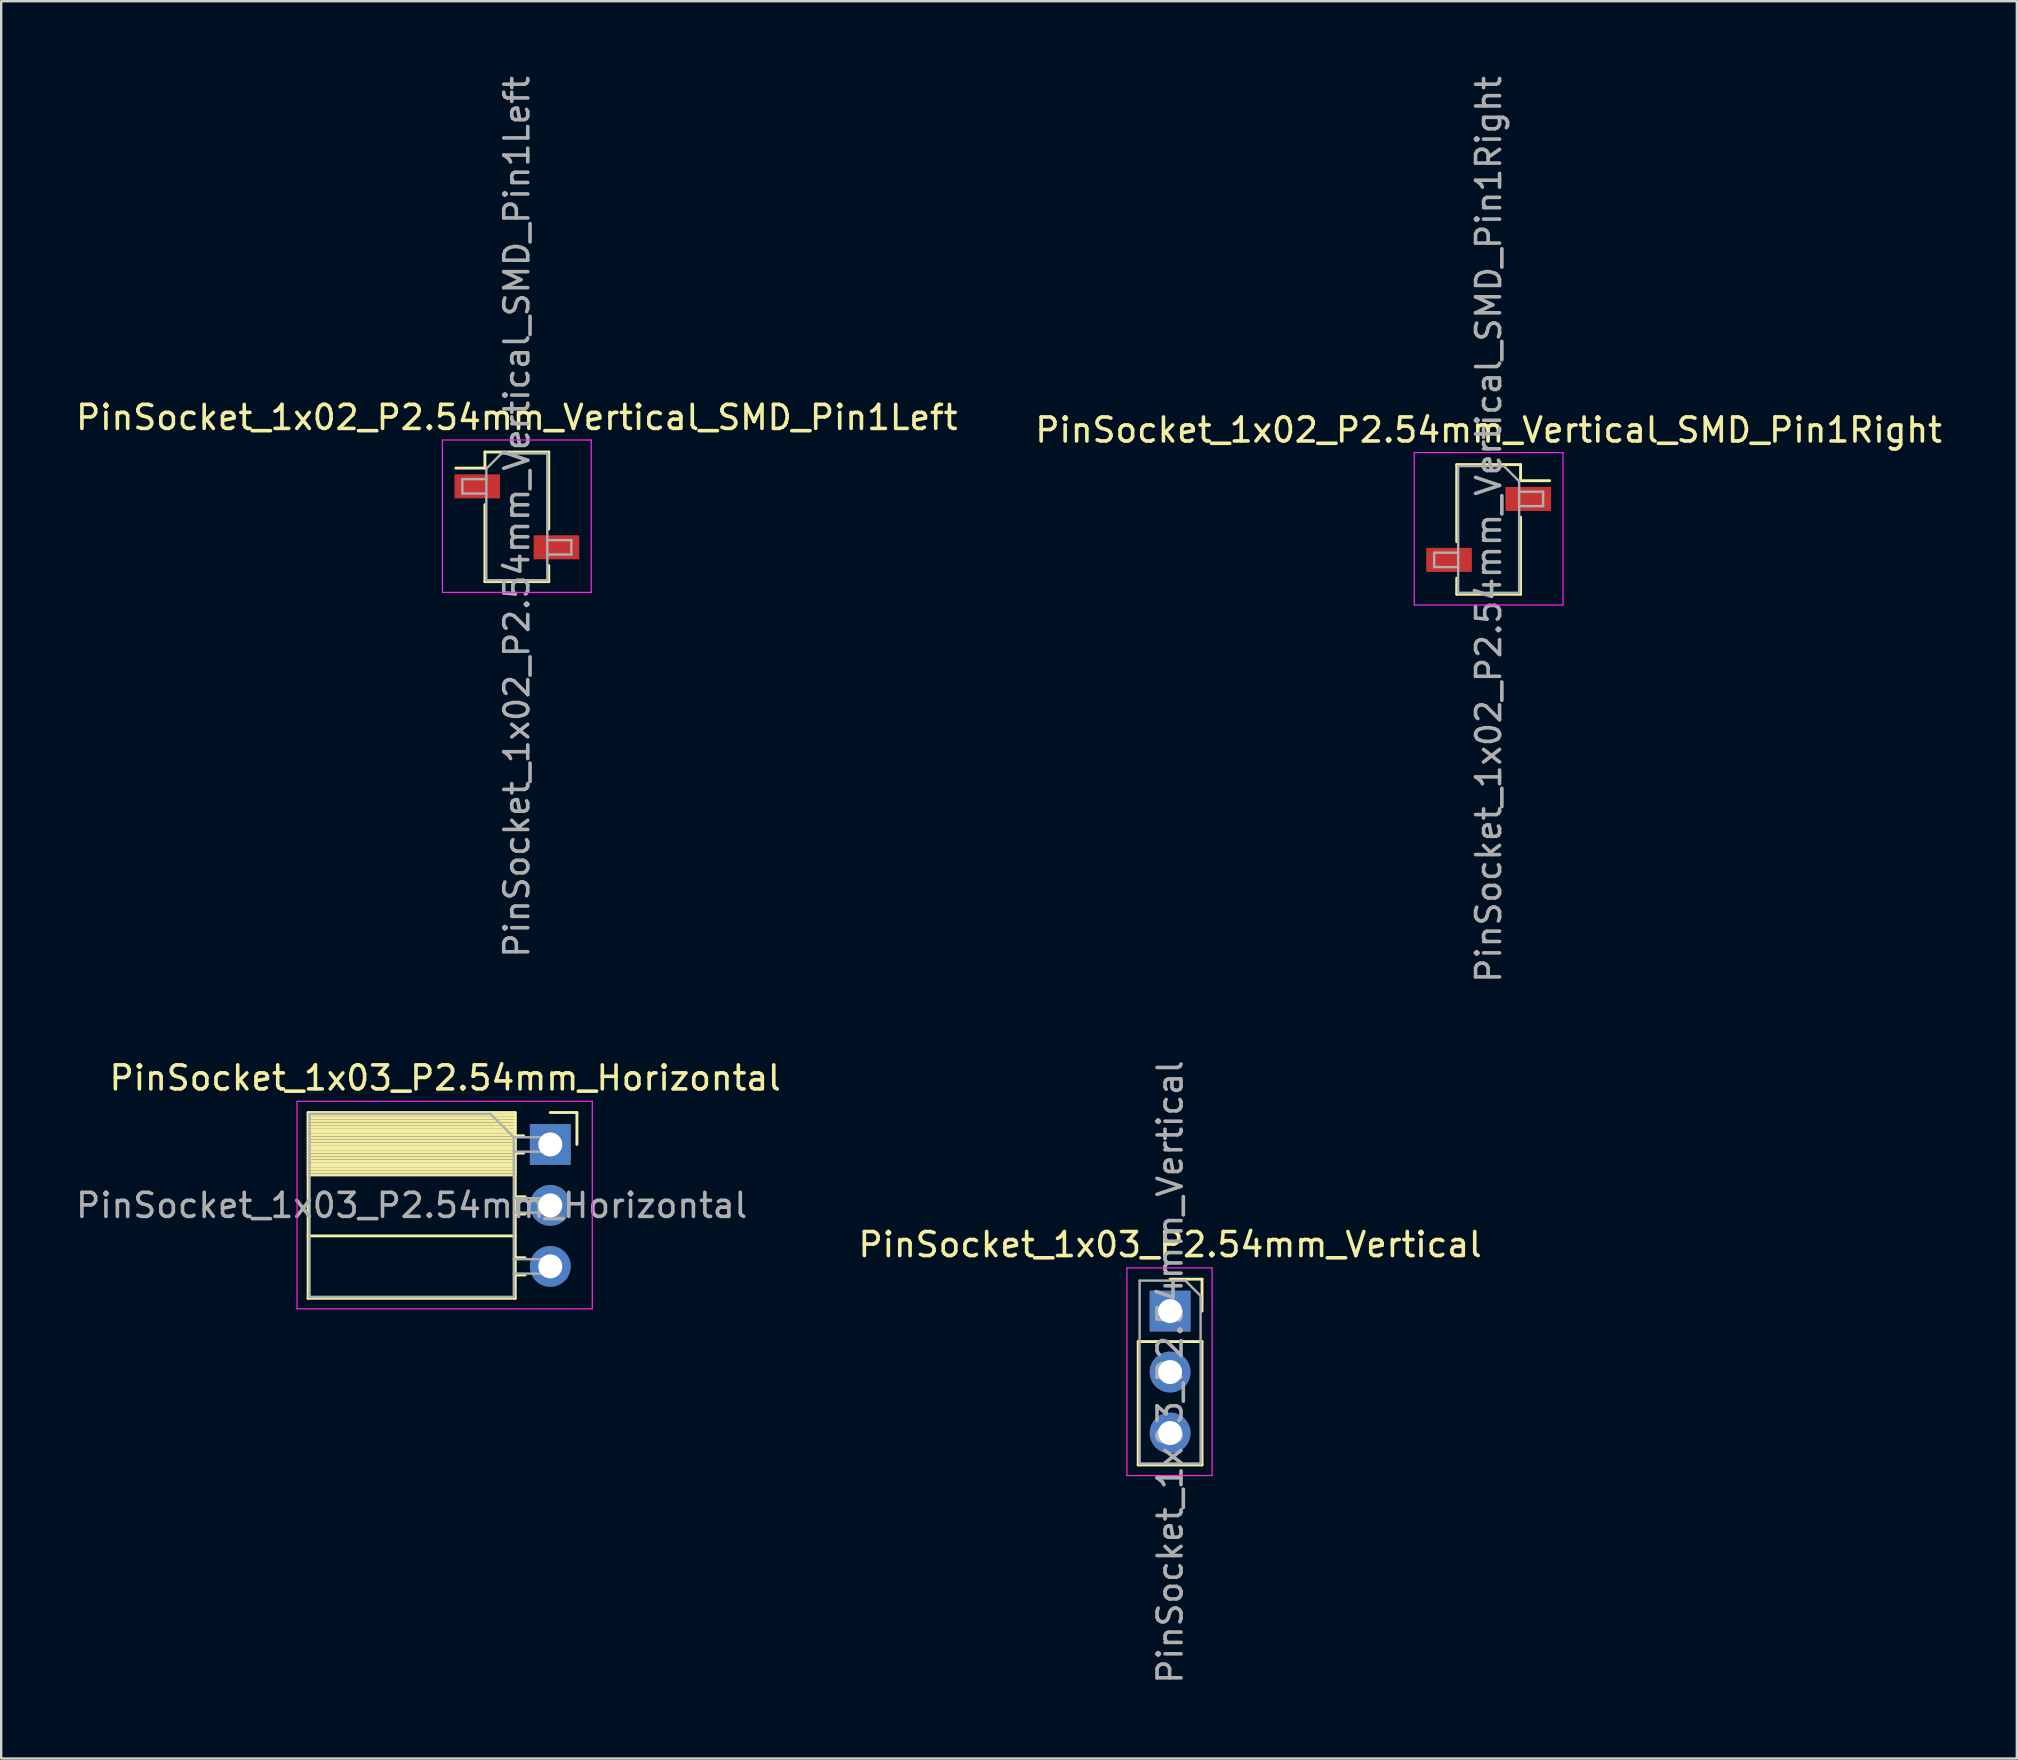
<source format=kicad_pcb>
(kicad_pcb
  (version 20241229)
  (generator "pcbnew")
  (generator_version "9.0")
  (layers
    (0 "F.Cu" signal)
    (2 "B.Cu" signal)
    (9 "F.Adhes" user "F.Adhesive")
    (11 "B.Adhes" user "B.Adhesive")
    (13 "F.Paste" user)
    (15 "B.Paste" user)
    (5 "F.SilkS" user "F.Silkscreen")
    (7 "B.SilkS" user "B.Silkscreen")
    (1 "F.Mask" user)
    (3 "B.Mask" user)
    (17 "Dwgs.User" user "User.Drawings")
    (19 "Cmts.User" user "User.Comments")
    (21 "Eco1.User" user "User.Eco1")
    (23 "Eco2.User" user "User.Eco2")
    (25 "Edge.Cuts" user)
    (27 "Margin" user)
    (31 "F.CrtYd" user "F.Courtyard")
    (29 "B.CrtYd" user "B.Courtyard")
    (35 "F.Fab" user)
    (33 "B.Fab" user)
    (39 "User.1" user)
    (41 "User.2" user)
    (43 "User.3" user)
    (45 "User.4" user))
  (footprint "PinSocket_1x02_P2.54mm_Vertical_SMD_Pin1Left"
    (layer "F.Cu")
    (at 18.482 18.482)
    (property "Reference" "PinSocket_1x02_P2.54mm_Vertical_SMD_Pin1Left" (at 0 -4.14 0) (layer "F.SilkS") (effects (font (size 1 1) (thickness 0.15))))
    (attr smd)
    (fp_line (start -2.54 -2.03) (end -1.33 -2.03) (stroke (width 0.12) (type solid)) (layer "F.SilkS"))
    (fp_line (start -1.33 -2.7) (end -1.33 -2.03) (stroke (width 0.12) (type solid)) (layer "F.SilkS"))
    (fp_line (start -1.33 -2.7) (end 1.33 -2.7) (stroke (width 0.12) (type solid)) (layer "F.SilkS"))
    (fp_line (start -1.33 -0.51) (end -1.33 2.7) (stroke (width 0.12) (type solid)) (layer "F.SilkS"))
    (fp_line (start -1.33 2.7) (end 1.33 2.7) (stroke (width 0.12) (type solid)) (layer "F.SilkS"))
    (fp_line (start 1.33 -2.7) (end 1.33 0.51) (stroke (width 0.12) (type solid)) (layer "F.SilkS"))
    (fp_line (start 1.33 2.03) (end 1.33 2.7) (stroke (width 0.12) (type solid)) (layer "F.SilkS"))
    (fp_line (start -3.1 -3.2) (end 3.1 -3.2) (stroke (width 0.05) (type solid)) (layer "F.CrtYd"))
    (fp_line (start -3.1 3.15) (end -3.1 -3.2) (stroke (width 0.05) (type solid)) (layer "F.CrtYd"))
    (fp_line (start 3.1 -3.2) (end 3.1 3.15) (stroke (width 0.05) (type solid)) (layer "F.CrtYd"))
    (fp_line (start 3.1 3.15) (end -3.1 3.15) (stroke (width 0.05) (type solid)) (layer "F.CrtYd"))
    (fp_line (start -2.27 -1.57) (end -1.27 -1.57) (stroke (width 0.1) (type solid)) (layer "F.Fab"))
    (fp_line (start -2.27 -0.97) (end -2.27 -1.57) (stroke (width 0.1) (type solid)) (layer "F.Fab"))
    (fp_line (start -1.27 -2.005) (end -0.635 -2.64) (stroke (width 0.1) (type solid)) (layer "F.Fab"))
    (fp_line (start -1.27 -0.97) (end -2.27 -0.97) (stroke (width 0.1) (type solid)) (layer "F.Fab"))
    (fp_line (start -1.27 2.64) (end -1.27 -2.005) (stroke (width 0.1) (type solid)) (layer "F.Fab"))
    (fp_line (start -0.635 -2.64) (end 1.27 -2.64) (stroke (width 0.1) (type solid)) (layer "F.Fab"))
    (fp_line (start 1.27 -2.64) (end 1.27 2.64) (stroke (width 0.1) (type solid)) (layer "F.Fab"))
    (fp_line (start 1.27 0.97) (end 2.27 0.97) (stroke (width 0.1) (type solid)) (layer "F.Fab"))
    (fp_line (start 1.27 2.64) (end -1.27 2.64) (stroke (width 0.1) (type solid)) (layer "F.Fab"))
    (fp_line (start 2.27 0.97) (end 2.27 1.57) (stroke (width 0.1) (type solid)) (layer "F.Fab"))
    (fp_line (start 2.27 1.57) (end 1.27 1.57) (stroke (width 0.1) (type solid)) (layer "F.Fab"))
    (fp_text user "${REFERENCE}" (at 0 0 90) (layer "F.Fab") (effects (font (size 1 1) (thickness 0.15))))
    (pad "1" smd rect (at -1.65 -1.27) (size 1.9 1) (layers "F.Cu" "F.Mask" "F.Paste"))
    (pad "2" smd rect (at 1.65 1.27) (size 1.9 1) (layers "F.Cu" "F.Mask" "F.Paste")))
  (footprint "PinSocket_1x03_P2.54mm_Vertical"
    (layer "F.Cu")
    (at 45.699 51.573)
    (property "Reference" "PinSocket_1x03_P2.54mm_Vertical" (at 0 -2.77 0) (layer "F.SilkS") (effects (font (size 1 1) (thickness 0.15))))
    (attr through_hole)
    (fp_line (start -1.33 1.27) (end -1.33 6.41) (stroke (width 0.12) (type solid)) (layer "F.SilkS"))
    (fp_line (start -1.33 1.27) (end 1.33 1.27) (stroke (width 0.12) (type solid)) (layer "F.SilkS"))
    (fp_line (start -1.33 6.41) (end 1.33 6.41) (stroke (width 0.12) (type solid)) (layer "F.SilkS"))
    (fp_line (start 0 -1.33) (end 1.33 -1.33) (stroke (width 0.12) (type solid)) (layer "F.SilkS"))
    (fp_line (start 1.33 -1.33) (end 1.33 0) (stroke (width 0.12) (type solid)) (layer "F.SilkS"))
    (fp_line (start 1.33 1.27) (end 1.33 6.41) (stroke (width 0.12) (type solid)) (layer "F.SilkS"))
    (fp_line (start -1.8 -1.8) (end 1.75 -1.8) (stroke (width 0.05) (type solid)) (layer "F.CrtYd"))
    (fp_line (start -1.8 6.85) (end -1.8 -1.8) (stroke (width 0.05) (type solid)) (layer "F.CrtYd"))
    (fp_line (start 1.75 -1.8) (end 1.75 6.85) (stroke (width 0.05) (type solid)) (layer "F.CrtYd"))
    (fp_line (start 1.75 6.85) (end -1.8 6.85) (stroke (width 0.05) (type solid)) (layer "F.CrtYd"))
    (fp_line (start -1.27 -1.27) (end 0.635 -1.27) (stroke (width 0.1) (type solid)) (layer "F.Fab"))
    (fp_line (start -1.27 6.35) (end -1.27 -1.27) (stroke (width 0.1) (type solid)) (layer "F.Fab"))
    (fp_line (start 0.635 -1.27) (end 1.27 -0.635) (stroke (width 0.1) (type solid)) (layer "F.Fab"))
    (fp_line (start 1.27 -0.635) (end 1.27 6.35) (stroke (width 0.1) (type solid)) (layer "F.Fab"))
    (fp_line (start 1.27 6.35) (end -1.27 6.35) (stroke (width 0.1) (type solid)) (layer "F.Fab"))
    (fp_text user "${REFERENCE}" (at 0 2.54 90) (layer "F.Fab") (effects (font (size 1 1) (thickness 0.15))))
    (pad "1" thru_hole rect (at 0 0) (size 1.7 1.7) (drill 1) (layers "*.Cu" "*.Mask"))
    (pad "2" thru_hole oval (at 0 2.54) (size 1.7 1.7) (drill 1) (layers "*.Cu" "*.Mask"))
    (pad "3" thru_hole oval (at 0 5.08) (size 1.7 1.7) (drill 1) (layers "*.Cu" "*.Mask")))
  (footprint "PinSocket_1x02_P2.54mm_Vertical_SMD_Pin1Right"
    (layer "F.Cu")
    (at 58.97 19.006)
    (property "Reference" "PinSocket_1x02_P2.54mm_Vertical_SMD_Pin1Right" (at 0 -4.14 0) (layer "F.SilkS") (effects (font (size 1 1) (thickness 0.15))))
    (attr smd)
    (fp_line (start -1.33 -2.7) (end -1.33 0.51) (stroke (width 0.12) (type solid)) (layer "F.SilkS"))
    (fp_line (start -1.33 -2.7) (end 1.33 -2.7) (stroke (width 0.12) (type solid)) (layer "F.SilkS"))
    (fp_line (start -1.33 2.03) (end -1.33 2.7) (stroke (width 0.12) (type solid)) (layer "F.SilkS"))
    (fp_line (start -1.33 2.7) (end 1.33 2.7) (stroke (width 0.12) (type solid)) (layer "F.SilkS"))
    (fp_line (start 1.33 -2.7) (end 1.33 -2.03) (stroke (width 0.12) (type solid)) (layer "F.SilkS"))
    (fp_line (start 1.33 -2.03) (end 2.54 -2.03) (stroke (width 0.12) (type solid)) (layer "F.SilkS"))
    (fp_line (start 1.33 -0.51) (end 1.33 2.7) (stroke (width 0.12) (type solid)) (layer "F.SilkS"))
    (fp_line (start -3.1 -3.2) (end 3.1 -3.2) (stroke (width 0.05) (type solid)) (layer "F.CrtYd"))
    (fp_line (start -3.1 3.15) (end -3.1 -3.2) (stroke (width 0.05) (type solid)) (layer "F.CrtYd"))
    (fp_line (start 3.1 -3.2) (end 3.1 3.15) (stroke (width 0.05) (type solid)) (layer "F.CrtYd"))
    (fp_line (start 3.1 3.15) (end -3.1 3.15) (stroke (width 0.05) (type solid)) (layer "F.CrtYd"))
    (fp_line (start -2.27 0.97) (end -1.27 0.97) (stroke (width 0.1) (type solid)) (layer "F.Fab"))
    (fp_line (start -2.27 1.57) (end -2.27 0.97) (stroke (width 0.1) (type solid)) (layer "F.Fab"))
    (fp_line (start -1.27 -2.64) (end 0.635 -2.64) (stroke (width 0.1) (type solid)) (layer "F.Fab"))
    (fp_line (start -1.27 1.57) (end -2.27 1.57) (stroke (width 0.1) (type solid)) (layer "F.Fab"))
    (fp_line (start -1.27 2.64) (end -1.27 -2.64) (stroke (width 0.1) (type solid)) (layer "F.Fab"))
    (fp_line (start 0.635 -2.64) (end 1.27 -2.005) (stroke (width 0.1) (type solid)) (layer "F.Fab"))
    (fp_line (start 1.27 -2.005) (end 1.27 2.64) (stroke (width 0.1) (type solid)) (layer "F.Fab"))
    (fp_line (start 1.27 -1.57) (end 2.27 -1.57) (stroke (width 0.1) (type solid)) (layer "F.Fab"))
    (fp_line (start 1.27 2.64) (end -1.27 2.64) (stroke (width 0.1) (type solid)) (layer "F.Fab"))
    (fp_line (start 2.27 -1.57) (end 2.27 -0.97) (stroke (width 0.1) (type solid)) (layer "F.Fab"))
    (fp_line (start 2.27 -0.97) (end 1.27 -0.97) (stroke (width 0.1) (type solid)) (layer "F.Fab"))
    (fp_text user "${REFERENCE}" (at 0 0 90) (layer "F.Fab") (effects (font (size 1 1) (thickness 0.15))))
    (pad "1" smd rect (at 1.65 -1.27) (size 1.9 1) (layers "F.Cu" "F.Mask" "F.Paste"))
    (pad "2" smd rect (at -1.65 1.27) (size 1.9 1) (layers "F.Cu" "F.Mask" "F.Paste")))
  (footprint "PinSocket_1x03_P2.54mm_Horizontal"
    (layer "F.Cu")
    (at 19.876 44.63)
    (property "Reference" "PinSocket_1x03_P2.54mm_Horizontal" (at -4.38 -2.77 0) (layer "F.SilkS") (effects (font (size 1 1) (thickness 0.15))))
    (attr through_hole)
    (fp_line (start -10.09 -1.33) (end -10.09 6.41) (stroke (width 0.12) (type solid)) (layer "F.SilkS"))
    (fp_line (start -10.09 -1.33) (end -1.46 -1.33) (stroke (width 0.12) (type solid)) (layer "F.SilkS"))
    (fp_line (start -10.09 -1.21) (end -1.46 -1.21) (stroke (width 0.12) (type solid)) (layer "F.SilkS"))
    (fp_line (start -10.09 -1.092) (end -1.46 -1.092) (stroke (width 0.12) (type solid)) (layer "F.SilkS"))
    (fp_line (start -10.09 -0.974) (end -1.46 -0.974) (stroke (width 0.12) (type solid)) (layer "F.SilkS"))
    (fp_line (start -10.09 -0.856) (end -1.46 -0.856) (stroke (width 0.12) (type solid)) (layer "F.SilkS"))
    (fp_line (start -10.09 -0.738) (end -1.46 -0.738) (stroke (width 0.12) (type solid)) (layer "F.SilkS"))
    (fp_line (start -10.09 -0.62) (end -1.46 -0.62) (stroke (width 0.12) (type solid)) (layer "F.SilkS"))
    (fp_line (start -10.09 -0.501) (end -1.46 -0.501) (stroke (width 0.12) (type solid)) (layer "F.SilkS"))
    (fp_line (start -10.09 -0.383) (end -1.46 -0.383) (stroke (width 0.12) (type solid)) (layer "F.SilkS"))
    (fp_line (start -10.09 -0.265) (end -1.46 -0.265) (stroke (width 0.12) (type solid)) (layer "F.SilkS"))
    (fp_line (start -10.09 -0.147) (end -1.46 -0.147) (stroke (width 0.12) (type solid)) (layer "F.SilkS"))
    (fp_line (start -10.09 -0.029) (end -1.46 -0.029) (stroke (width 0.12) (type solid)) (layer "F.SilkS"))
    (fp_line (start -10.09 0.089) (end -1.46 0.089) (stroke (width 0.12) (type solid)) (layer "F.SilkS"))
    (fp_line (start -10.09 0.207) (end -1.46 0.207) (stroke (width 0.12) (type solid)) (layer "F.SilkS"))
    (fp_line (start -10.09 0.325) (end -1.46 0.325) (stroke (width 0.12) (type solid)) (layer "F.SilkS"))
    (fp_line (start -10.09 0.443) (end -1.46 0.443) (stroke (width 0.12) (type solid)) (layer "F.SilkS"))
    (fp_line (start -10.09 0.561) (end -1.46 0.561) (stroke (width 0.12) (type solid)) (layer "F.SilkS"))
    (fp_line (start -10.09 0.68) (end -1.46 0.68) (stroke (width 0.12) (type solid)) (layer "F.SilkS"))
    (fp_line (start -10.09 0.798) (end -1.46 0.798) (stroke (width 0.12) (type solid)) (layer "F.SilkS"))
    (fp_line (start -10.09 0.916) (end -1.46 0.916) (stroke (width 0.12) (type solid)) (layer "F.SilkS"))
    (fp_line (start -10.09 1.034) (end -1.46 1.034) (stroke (width 0.12) (type solid)) (layer "F.SilkS"))
    (fp_line (start -10.09 1.152) (end -1.46 1.152) (stroke (width 0.12) (type solid)) (layer "F.SilkS"))
    (fp_line (start -10.09 1.27) (end -1.46 1.27) (stroke (width 0.12) (type solid)) (layer "F.SilkS"))
    (fp_line (start -10.09 3.81) (end -1.46 3.81) (stroke (width 0.12) (type solid)) (layer "F.SilkS"))
    (fp_line (start -10.09 6.41) (end -1.46 6.41) (stroke (width 0.12) (type solid)) (layer "F.SilkS"))
    (fp_line (start -1.46 -1.33) (end -1.46 6.41) (stroke (width 0.12) (type solid)) (layer "F.SilkS"))
    (fp_line (start -1.46 -0.36) (end -1.11 -0.36) (stroke (width 0.12) (type solid)) (layer "F.SilkS"))
    (fp_line (start -1.46 0.36) (end -1.11 0.36) (stroke (width 0.12) (type solid)) (layer "F.SilkS"))
    (fp_line (start -1.46 2.18) (end -1.05 2.18) (stroke (width 0.12) (type solid)) (layer "F.SilkS"))
    (fp_line (start -1.46 2.9) (end -1.05 2.9) (stroke (width 0.12) (type solid)) (layer "F.SilkS"))
    (fp_line (start -1.46 4.72) (end -1.05 4.72) (stroke (width 0.12) (type solid)) (layer "F.SilkS"))
    (fp_line (start -1.46 5.44) (end -1.05 5.44) (stroke (width 0.12) (type solid)) (layer "F.SilkS"))
    (fp_line (start 0 -1.33) (end 1.11 -1.33) (stroke (width 0.12) (type solid)) (layer "F.SilkS"))
    (fp_line (start 1.11 -1.33) (end 1.11 0) (stroke (width 0.12) (type solid)) (layer "F.SilkS"))
    (fp_line (start -10.55 -1.8) (end -10.55 6.85) (stroke (width 0.05) (type solid)) (layer "F.CrtYd"))
    (fp_line (start -10.55 6.85) (end 1.75 6.85) (stroke (width 0.05) (type solid)) (layer "F.CrtYd"))
    (fp_line (start 1.75 -1.8) (end -10.55 -1.8) (stroke (width 0.05) (type solid)) (layer "F.CrtYd"))
    (fp_line (start 1.75 6.85) (end 1.75 -1.8) (stroke (width 0.05) (type solid)) (layer "F.CrtYd"))
    (fp_line (start -10.03 -1.27) (end -2.49 -1.27) (stroke (width 0.1) (type solid)) (layer "F.Fab"))
    (fp_line (start -10.03 6.35) (end -10.03 -1.27) (stroke (width 0.1) (type solid)) (layer "F.Fab"))
    (fp_line (start -2.49 -1.27) (end -1.52 -0.3) (stroke (width 0.1) (type solid)) (layer "F.Fab"))
    (fp_line (start -1.52 -0.3) (end -1.52 6.35) (stroke (width 0.1) (type solid)) (layer "F.Fab"))
    (fp_line (start -1.52 0.3) (end 0 0.3) (stroke (width 0.1) (type solid)) (layer "F.Fab"))
    (fp_line (start -1.52 2.84) (end 0 2.84) (stroke (width 0.1) (type solid)) (layer "F.Fab"))
    (fp_line (start -1.52 5.38) (end 0 5.38) (stroke (width 0.1) (type solid)) (layer "F.Fab"))
    (fp_line (start -1.52 6.35) (end -10.03 6.35) (stroke (width 0.1) (type solid)) (layer "F.Fab"))
    (fp_line (start 0 -0.3) (end -1.52 -0.3) (stroke (width 0.1) (type solid)) (layer "F.Fab"))
    (fp_line (start 0 0.3) (end 0 -0.3) (stroke (width 0.1) (type solid)) (layer "F.Fab"))
    (fp_line (start 0 2.24) (end -1.52 2.24) (stroke (width 0.1) (type solid)) (layer "F.Fab"))
    (fp_line (start 0 2.84) (end 0 2.24) (stroke (width 0.1) (type solid)) (layer "F.Fab"))
    (fp_line (start 0 4.78) (end -1.52 4.78) (stroke (width 0.1) (type solid)) (layer "F.Fab"))
    (fp_line (start 0 5.38) (end 0 4.78) (stroke (width 0.1) (type solid)) (layer "F.Fab"))
    (fp_text user "${REFERENCE}" (at -5.775 2.54 0) (layer "F.Fab") (effects (font (size 1 1) (thickness 0.15))))
    (pad "1" thru_hole rect (at 0 0) (size 1.7 1.7) (drill 1) (layers "*.Cu" "*.Mask"))
    (pad "2" thru_hole oval (at 0 2.54) (size 1.7 1.7) (drill 1) (layers "*.Cu" "*.Mask"))
    (pad "3" thru_hole oval (at 0 5.08) (size 1.7 1.7) (drill 1) (layers "*.Cu" "*.Mask")))
  (gr_rect
    (start -3 -3)
    (end 80.976 70.214)
    (stroke (width 0.1) (type default))
    (fill no)
    (layer "Edge.Cuts")))
</source>
